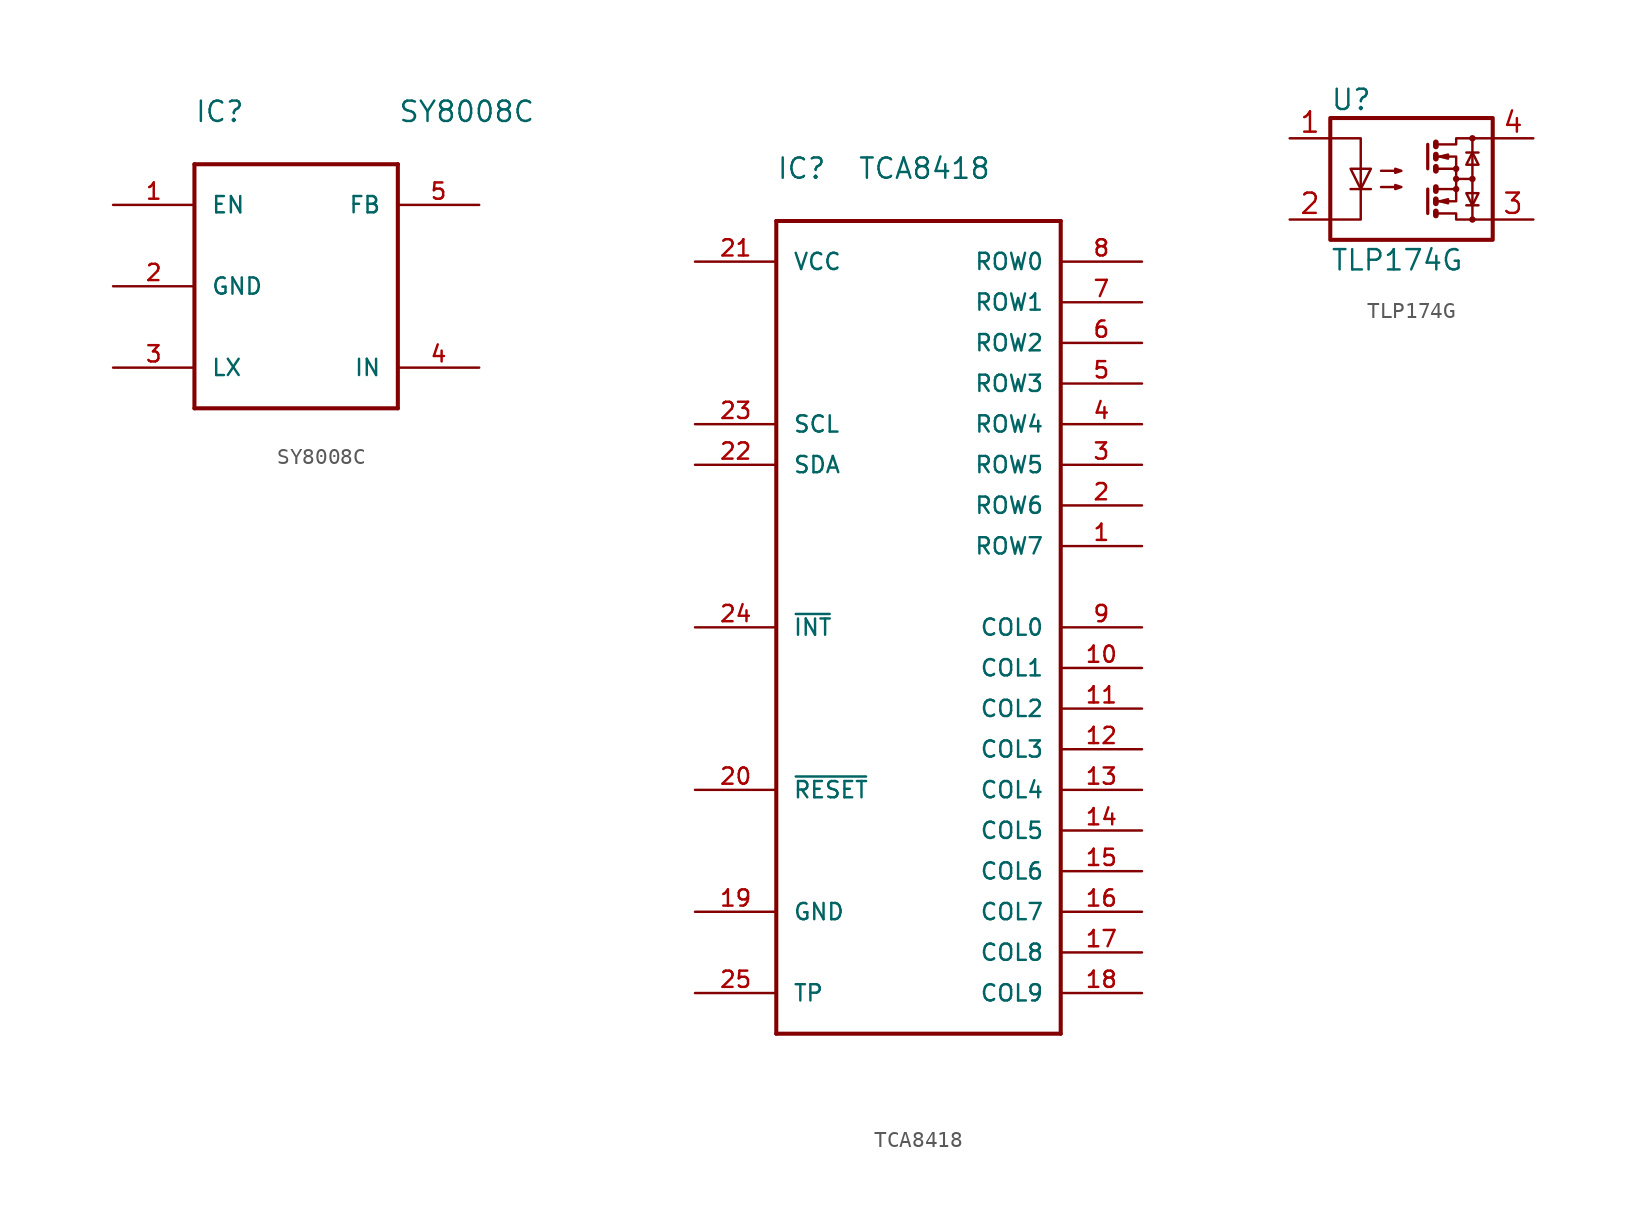
<source format=kicad_sym>
(kicad_symbol_lib
  (version 20220914)
  (generator kicad_symbol_editor)
  (symbol "SY8008C"
    (pin_names
      (offset 1.016))
    (property "Reference" "IC"
      (at 0 2.54 0)
      (effects (font (size 1.27 1.27)) (justify left bottom)))
    (property "Value" "SY8008C"
      (at 12.7 2.54 0)
      (effects (font (size 1.27 1.27)) (justify left bottom)))
    (symbol "SY8008C_1_0"
      (polyline (pts (xy 0 -15.24) (xy 0 0)) (stroke (width 0.254) (type solid)) (fill (type none)))
      (polyline (pts (xy 0 0) (xy 12.7 0)) (stroke (width 0.254) (type solid)) (fill (type none)))
      (polyline (pts (xy 12.7 -15.24) (xy 0 -15.24)) (stroke (width 0.254) (type solid)) (fill (type none)))
      (polyline (pts (xy 12.7 0) (xy 12.7 -15.24)) (stroke (width 0.254) (type solid)) (fill (type none))))
    (symbol "SY8008C_1_1"
      (pin input line (at -5.08 -2.54 0) (length 5.08) (name "EN" (effects (font (size 1.016 1.016)))) (number "1" (effects (font (size 1.016 1.016)))))
      (pin power_in line (at -5.08 -7.62 0) (length 5.08) (name "GND" (effects (font (size 1.016 1.016)))) (number "2" (effects (font (size 1.016 1.016)))))
      (pin passive line (at -5.08 -12.7 0) (length 5.08) (name "LX" (effects (font (size 1.016 1.016)))) (number "3" (effects (font (size 1.016 1.016)))))
      (pin power_in line (at 17.78 -12.7 180) (length 5.08) (name "IN" (effects (font (size 1.016 1.016)))) (number "4" (effects (font (size 1.016 1.016)))))
      (pin output line (at 17.78 -2.54 180) (length 5.08) (name "FB" (effects (font (size 1.016 1.016)))) (number "5" (effects (font (size 1.016 1.016)))))))
  (symbol "TCA8418"
    (pin_names
      (offset 1.016))
    (property "Reference" "IC"
      (at 0 2.54 0)
      (effects (font (size 1.27 1.27)) (justify left bottom)))
    (property "Value" "TCA8418"
      (at 5.08 2.54 0)
      (effects (font (size 1.27 1.27)) (justify left bottom)))
    (symbol "TCA8418_1_0"
      (polyline (pts (xy 0 -50.8) (xy 0 0)) (stroke (width 0.254) (type solid)) (fill (type none)))
      (polyline (pts (xy 0 0) (xy 17.78 0)) (stroke (width 0.254) (type solid)) (fill (type none)))
      (polyline (pts (xy 17.78 -50.8) (xy 0 -50.8)) (stroke (width 0.254) (type solid)) (fill (type none)))
      (polyline (pts (xy 17.78 0) (xy 17.78 -50.8)) (stroke (width 0.254) (type solid)) (fill (type none))))
    (symbol "TCA8418_1_1"
      (pin bidirectional line (at 22.86 -20.32 180) (length 5.08) (name "ROW7" (effects (font (size 1.016 1.016)))) (number "1" (effects (font (size 1.016 1.016)))))
      (pin bidirectional line (at 22.86 -27.94 180) (length 5.08) (name "COL1" (effects (font (size 1.016 1.016)))) (number "10" (effects (font (size 1.016 1.016)))))
      (pin bidirectional line (at 22.86 -30.48 180) (length 5.08) (name "COL2" (effects (font (size 1.016 1.016)))) (number "11" (effects (font (size 1.016 1.016)))))
      (pin bidirectional line (at 22.86 -33.02 180) (length 5.08) (name "COL3" (effects (font (size 1.016 1.016)))) (number "12" (effects (font (size 1.016 1.016)))))
      (pin bidirectional line (at 22.86 -35.56 180) (length 5.08) (name "COL4" (effects (font (size 1.016 1.016)))) (number "13" (effects (font (size 1.016 1.016)))))
      (pin bidirectional line (at 22.86 -38.1 180) (length 5.08) (name "COL5" (effects (font (size 1.016 1.016)))) (number "14" (effects (font (size 1.016 1.016)))))
      (pin bidirectional line (at 22.86 -40.64 180) (length 5.08) (name "COL6" (effects (font (size 1.016 1.016)))) (number "15" (effects (font (size 1.016 1.016)))))
      (pin bidirectional line (at 22.86 -43.18 180) (length 5.08) (name "COL7" (effects (font (size 1.016 1.016)))) (number "16" (effects (font (size 1.016 1.016)))))
      (pin bidirectional line (at 22.86 -45.72 180) (length 5.08) (name "COL8" (effects (font (size 1.016 1.016)))) (number "17" (effects (font (size 1.016 1.016)))))
      (pin bidirectional line (at 22.86 -48.26 180) (length 5.08) (name "COL9" (effects (font (size 1.016 1.016)))) (number "18" (effects (font (size 1.016 1.016)))))
      (pin power_in line (at -5.08 -43.18 0) (length 5.08) (name "GND" (effects (font (size 1.016 1.016)))) (number "19" (effects (font (size 1.016 1.016)))))
      (pin bidirectional line (at 22.86 -17.78 180) (length 5.08) (name "ROW6" (effects (font (size 1.016 1.016)))) (number "2" (effects (font (size 1.016 1.016)))))
      (pin input line (at -5.08 -35.56 0) (length 5.08) (name "~{RESET}" (effects (font (size 1.016 1.016)))) (number "20" (effects (font (size 1.016 1.016)))))
      (pin power_in line (at -5.08 -2.54 0) (length 5.08) (name "VCC" (effects (font (size 1.016 1.016)))) (number "21" (effects (font (size 1.016 1.016)))))
      (pin bidirectional line (at -5.08 -15.24 0) (length 5.08) (name "SDA" (effects (font (size 1.016 1.016)))) (number "22" (effects (font (size 1.016 1.016)))))
      (pin input line (at -5.08 -12.7 0) (length 5.08) (name "SCL" (effects (font (size 1.016 1.016)))) (number "23" (effects (font (size 1.016 1.016)))))
      (pin open_collector line (at -5.08 -25.4 0) (length 5.08) (name "~{INT}" (effects (font (size 1.016 1.016)))) (number "24" (effects (font (size 1.016 1.016)))))
      (pin passive line (at -5.08 -48.26 0) (length 5.08) (name "TP" (effects (font (size 1.016 1.016)))) (number "25" (effects (font (size 1.016 1.016)))))
      (pin bidirectional line (at 22.86 -15.24 180) (length 5.08) (name "ROW5" (effects (font (size 1.016 1.016)))) (number "3" (effects (font (size 1.016 1.016)))))
      (pin bidirectional line (at 22.86 -12.7 180) (length 5.08) (name "ROW4" (effects (font (size 1.016 1.016)))) (number "4" (effects (font (size 1.016 1.016)))))
      (pin bidirectional line (at 22.86 -10.16 180) (length 5.08) (name "ROW3" (effects (font (size 1.016 1.016)))) (number "5" (effects (font (size 1.016 1.016)))))
      (pin bidirectional line (at 22.86 -7.62 180) (length 5.08) (name "ROW2" (effects (font (size 1.016 1.016)))) (number "6" (effects (font (size 1.016 1.016)))))
      (pin bidirectional line (at 22.86 -5.08 180) (length 5.08) (name "ROW1" (effects (font (size 1.016 1.016)))) (number "7" (effects (font (size 1.016 1.016)))))
      (pin bidirectional line (at 22.86 -2.54 180) (length 5.08) (name "ROW0" (effects (font (size 1.016 1.016)))) (number "8" (effects (font (size 1.016 1.016)))))
      (pin bidirectional line (at 22.86 -25.4 180) (length 5.08) (name "COL0" (effects (font (size 1.016 1.016)))) (number "9" (effects (font (size 1.016 1.016)))))))
  (symbol "TLP174G"
    (property "Reference" "U"
      (at -5.08 4.953 0)
      (effects (font (size 1.27 1.27)) (justify left)))
    (property "Value" "TLP174G"
      (at -5.08 -5.08 0)
      (effects (font (size 1.27 1.27)) (justify left)))
    (symbol "TLP174G_0_1"
      (rectangle (start -5.08 3.81) (end 5.08 -3.81) (stroke (width 0.254) (type solid)) (fill (type none)))
      (polyline (pts (xy -3.81 -0.635) (xy -2.54 -0.635)) (stroke (width 0) (type solid)) (fill (type none)))
      (polyline (pts (xy 1.016 -0.635) (xy 1.016 -2.159)) (stroke (width 0.203) (type solid)) (fill (type none)))
      (polyline (pts (xy 1.016 2.159) (xy 1.016 0.635)) (stroke (width 0.203) (type solid)) (fill (type none)))
      (polyline (pts (xy 1.524 -0.508) (xy 1.524 -0.762)) (stroke (width 0.356) (type solid)) (fill (type none)))
      (polyline (pts (xy 2.794 0) (xy 3.81 0)) (stroke (width 0) (type solid)) (fill (type none)))
      (polyline (pts (xy 3.429 -1.651) (xy 4.191 -1.651)) (stroke (width 0) (type solid)) (fill (type none)))
      (polyline (pts (xy 3.429 1.651) (xy 4.191 1.651)) (stroke (width 0) (type solid)) (fill (type none)))
      (polyline (pts (xy 3.81 -2.54) (xy 3.81 2.54)) (stroke (width 0) (type solid)) (fill (type none)))
      (polyline (pts (xy 1.524 -2.032) (xy 1.524 -2.286) (xy 1.524 -2.286)) (stroke (width 0.356) (type solid)) (fill (type none)))
      (polyline (pts (xy 1.524 -1.27) (xy 1.524 -1.524) (xy 1.524 -1.524)) (stroke (width 0.356) (type solid)) (fill (type none)))
      (polyline (pts (xy 1.524 0.762) (xy 1.524 0.508) (xy 1.524 0.508)) (stroke (width 0.356) (type solid)) (fill (type none)))
      (polyline (pts (xy 1.524 1.524) (xy 1.524 1.27) (xy 1.524 1.27)) (stroke (width 0.356) (type solid)) (fill (type none)))
      (polyline (pts (xy 1.524 2.286) (xy 1.524 2.032) (xy 1.524 2.032)) (stroke (width 0.356) (type solid)) (fill (type none)))
      (polyline (pts (xy 1.651 -1.397) (xy 2.794 -1.397) (xy 2.794 -0.635)) (stroke (width 0) (type solid)) (fill (type none)))
      (polyline (pts (xy 1.651 1.397) (xy 2.794 1.397) (xy 2.794 0.635)) (stroke (width 0) (type solid)) (fill (type none)))
      (polyline (pts (xy -5.08 2.54) (xy -3.175 2.54) (xy -3.175 -2.54) (xy -5.08 -2.54)) (stroke (width 0) (type solid)) (fill (type none)))
      (polyline (pts (xy -3.175 -0.635) (xy -3.81 0.635) (xy -2.54 0.635) (xy -3.175 -0.635)) (stroke (width 0) (type solid)) (fill (type none)))
      (polyline (pts (xy 1.651 -2.159) (xy 2.794 -2.159) (xy 2.794 -2.54) (xy 5.08 -2.54)) (stroke (width 0) (type solid)) (fill (type none)))
      (polyline (pts (xy 1.651 -0.635) (xy 2.794 -0.635) (xy 2.794 0.635) (xy 1.651 0.635)) (stroke (width 0) (type solid)) (fill (type none)))
      (polyline (pts (xy 1.651 2.159) (xy 2.794 2.159) (xy 2.794 2.54) (xy 5.08 2.54)) (stroke (width 0) (type solid)) (fill (type none)))
      (polyline (pts (xy 1.778 -1.397) (xy 2.286 -1.27) (xy 2.286 -1.524) (xy 1.778 -1.397)) (stroke (width 0) (type solid)) (fill (type none)))
      (polyline (pts (xy 1.778 1.397) (xy 2.286 1.524) (xy 2.286 1.27) (xy 1.778 1.397)) (stroke (width 0) (type solid)) (fill (type none)))
      (polyline (pts (xy 3.81 -1.651) (xy 3.429 -0.889) (xy 4.191 -0.889) (xy 3.81 -1.651)) (stroke (width 0) (type solid)) (fill (type none)))
      (polyline (pts (xy 3.81 1.651) (xy 3.429 0.889) (xy 4.191 0.889) (xy 3.81 1.651)) (stroke (width 0) (type solid)) (fill (type none)))
      (polyline (pts (xy -1.905 -0.508) (xy -0.635 -0.508) (xy -1.016 -0.635) (xy -1.016 -0.381) (xy -0.635 -0.508)) (stroke (width 0) (type solid)) (fill (type none)))
      (polyline (pts (xy -1.905 0.508) (xy -0.635 0.508) (xy -1.016 0.381) (xy -1.016 0.635) (xy -0.635 0.508)) (stroke (width 0) (type solid)) (fill (type none)))
      (circle (center 2.794 -0.635) (radius 0.127) (stroke (width 0) (type solid)) (fill (type none)))
      (circle (center 2.794 0) (radius 0.127) (stroke (width 0) (type solid)) (fill (type none)))
      (circle (center 2.794 0.635) (radius 0.127) (stroke (width 0) (type solid)) (fill (type none)))
      (circle (center 3.81 -2.54) (radius 0.127) (stroke (width 0) (type solid)) (fill (type none)))
      (circle (center 3.81 0) (radius 0.127) (stroke (width 0) (type solid)) (fill (type none)))
      (circle (center 3.81 2.54) (radius 0.127) (stroke (width 0) (type solid)) (fill (type none))))
    (symbol "TLP174G_1_1"
      (pin passive line (at -7.62 2.54 0) (length 2.54) (name "~" (effects (font (size 1.27 1.27)))) (number "1" (effects (font (size 1.27 1.27)))))
      (pin passive line (at -7.62 -2.54 0) (length 2.54) (name "~" (effects (font (size 1.27 1.27)))) (number "2" (effects (font (size 1.27 1.27)))))
      (pin passive line (at 7.62 -2.54 180) (length 2.54) (name "~" (effects (font (size 1.27 1.27)))) (number "3" (effects (font (size 1.27 1.27)))))
      (pin passive line (at 7.62 2.54 180) (length 2.54) (name "~" (effects (font (size 1.27 1.27)))) (number "4" (effects (font (size 1.27 1.27))))))))
</source>
